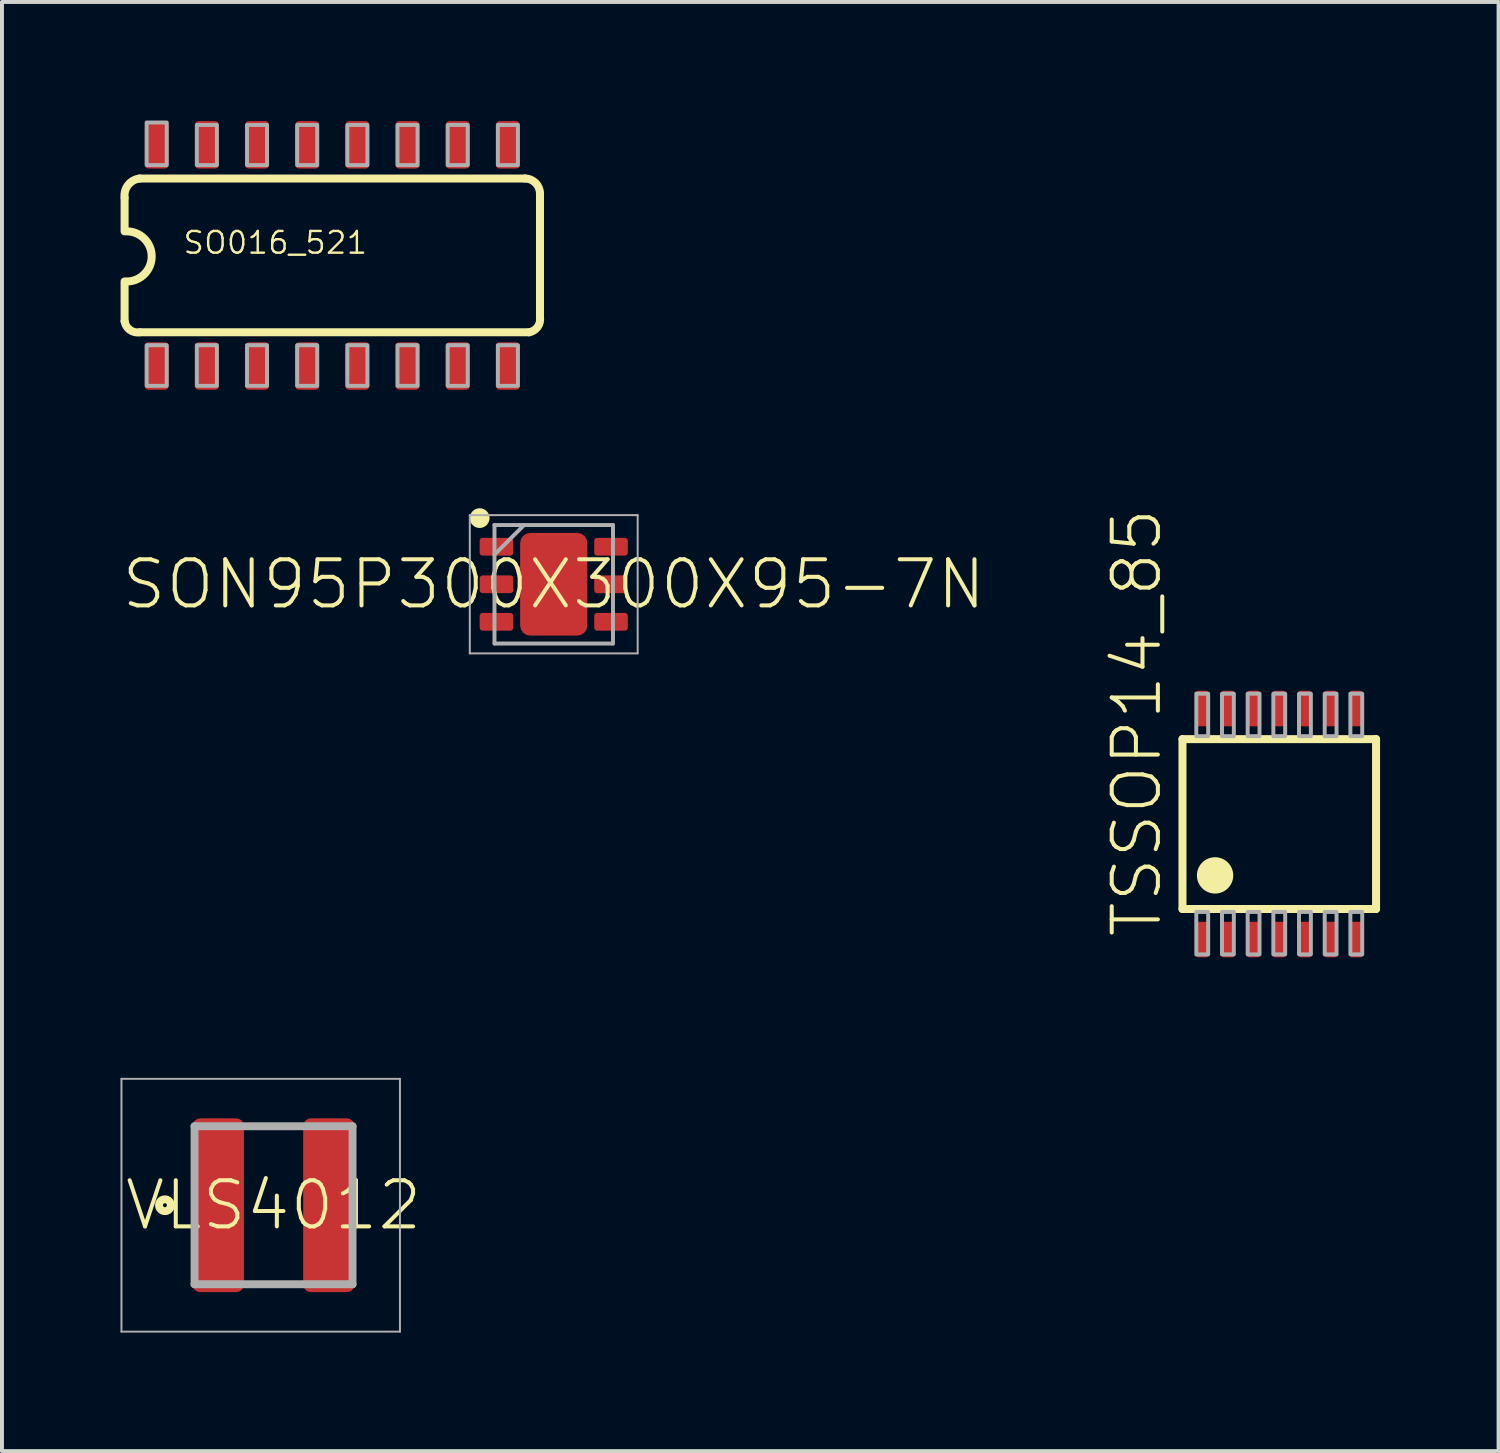
<source format=kicad_pcb>
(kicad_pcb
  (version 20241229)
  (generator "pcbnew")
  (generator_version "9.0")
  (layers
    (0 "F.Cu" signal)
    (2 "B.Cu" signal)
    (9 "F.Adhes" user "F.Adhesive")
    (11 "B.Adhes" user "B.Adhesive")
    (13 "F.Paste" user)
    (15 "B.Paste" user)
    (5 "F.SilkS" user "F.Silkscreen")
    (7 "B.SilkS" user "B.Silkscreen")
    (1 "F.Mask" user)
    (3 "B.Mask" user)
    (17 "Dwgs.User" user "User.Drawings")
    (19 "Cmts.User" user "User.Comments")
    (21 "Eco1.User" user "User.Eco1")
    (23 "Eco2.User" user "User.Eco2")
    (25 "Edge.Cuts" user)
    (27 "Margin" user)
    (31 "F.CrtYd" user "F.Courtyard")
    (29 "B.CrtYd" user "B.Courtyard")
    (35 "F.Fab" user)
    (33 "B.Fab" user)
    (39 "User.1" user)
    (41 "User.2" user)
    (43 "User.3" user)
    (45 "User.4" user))
  (footprint "SON95P300X300X95-7N"
    (layer "F.Cu")
    (at 10.968 11.741)
    (property "Reference" "SON95P300X300X95-7N" (at 0 0 0) (unlocked yes) (layer "F.SilkS") (effects (font (size 1.168 1.168) (thickness 0.102))))
    (fp_circle (center -1.875 -1.675) (end -1.75 -1.675) (stroke (width 0.25) (type solid)) (fill no) (layer "F.SilkS"))
    (fp_line (start -2.125 -1.75) (end 2.125 -1.75) (stroke (width 0.05) (type solid)) (layer "F.Fab"))
    (fp_line (start -2.125 1.75) (end -2.125 -1.75) (stroke (width 0.05) (type solid)) (layer "F.Fab"))
    (fp_line (start -1.5 -1.5) (end 1.5 -1.5) (stroke (width 0.1) (type solid)) (layer "F.Fab"))
    (fp_line (start -1.5 -0.75) (end -0.75 -1.5) (stroke (width 0.1) (type solid)) (layer "F.Fab"))
    (fp_line (start -1.5 1.5) (end -1.5 -1.5) (stroke (width 0.1) (type solid)) (layer "F.Fab"))
    (fp_line (start 1.5 -1.5) (end 1.5 1.5) (stroke (width 0.1) (type solid)) (layer "F.Fab"))
    (fp_line (start 1.5 1.5) (end -1.5 1.5) (stroke (width 0.1) (type solid)) (layer "F.Fab"))
    (fp_line (start 2.125 -1.75) (end 2.125 1.75) (stroke (width 0.05) (type solid)) (layer "F.Fab"))
    (fp_line (start 2.125 1.75) (end -2.125 1.75) (stroke (width 0.05) (type solid)) (layer "F.Fab"))
    (pad "1" smd roundrect (at -1.45 -0.95) (size 0.85 0.45) (layers "F.Cu" "F.Mask" "F.Paste") (roundrect_rratio 0.169))
    (pad "2" smd roundrect (at -1.45 0) (size 0.85 0.45) (layers "F.Cu" "F.Mask" "F.Paste") (roundrect_rratio 0.169))
    (pad "3" smd roundrect (at -1.45 0.95) (size 0.85 0.45) (layers "F.Cu" "F.Mask" "F.Paste") (roundrect_rratio 0.169))
    (pad "4" smd roundrect (at 1.45 0.95) (size 0.85 0.45) (layers "F.Cu" "F.Mask" "F.Paste") (roundrect_rratio 0.169))
    (pad "5" smd roundrect (at 1.45 0) (size 0.85 0.45) (layers "F.Cu" "F.Mask" "F.Paste") (roundrect_rratio 0.169))
    (pad "6" smd roundrect (at 1.45 -0.95) (size 0.85 0.45) (layers "F.Cu" "F.Mask" "F.Paste") (roundrect_rratio 0.169))
    (pad "7" smd roundrect (at 0 0 90) (size 2.6 1.7) (layers "F.Cu" "F.Mask" "F.Paste") (roundrect_rratio 0.15)))
  (footprint "VLS4012"
    (layer "F.Cu")
    (at 3.875 27.461)
    (property "Reference" "VLS4012" (at 0 0 0) (unlocked yes) (layer "F.SilkS") (effects (font (size 1.168 1.168) (thickness 0.102))))
    (fp_circle (center -2.75 0) (end -2.7 0) (stroke (width 0.2) (type solid)) (fill no) (layer "F.SilkS"))
    (fp_line (start -3.85 -3.2) (end 3.2 -3.2) (stroke (width 0.05) (type solid)) (layer "F.Fab"))
    (fp_line (start -3.85 3.2) (end -3.85 -3.2) (stroke (width 0.05) (type solid)) (layer "F.Fab"))
    (fp_line (start -2 -2) (end 2 -2) (stroke (width 0.2) (type solid)) (layer "F.Fab"))
    (fp_line (start -2 2) (end -2 -2) (stroke (width 0.2) (type solid)) (layer "F.Fab"))
    (fp_line (start 2 -2) (end 2 2) (stroke (width 0.2) (type solid)) (layer "F.Fab"))
    (fp_line (start 2 2) (end -2 2) (stroke (width 0.2) (type solid)) (layer "F.Fab"))
    (fp_line (start 3.2 -3.2) (end 3.2 3.2) (stroke (width 0.05) (type solid)) (layer "F.Fab"))
    (fp_line (start 3.2 3.2) (end -3.85 3.2) (stroke (width 0.05) (type solid)) (layer "F.Fab"))
    (pad "1" smd roundrect (at -1.4 0 90) (size 4.4 1.3) (layers "F.Cu" "F.Mask" "F.Paste") (roundrect_rratio 0.15))
    (pad "2" smd roundrect (at 1.4 0 90) (size 4.4 1.3) (layers "F.Cu" "F.Mask" "F.Paste") (roundrect_rratio 0.15)))
  (footprint "SO016_521"
    (layer "F.Cu")
    (at 5.362 3.416)
    (property "Reference" "SO016_521" (at -3.81 0 0) (unlocked yes) (layer "F.SilkS") (effects (font (size 0.549 0.549) (thickness 0.061)) (justify left bottom)))
    (fp_line (start -5.258 -1.453) (end -5.258 -0.61) (stroke (width 0.203) (type solid)) (layer "F.SilkS"))
    (fp_line (start -5.258 1.665) (end -5.258 0.66) (stroke (width 0.203) (type solid)) (layer "F.SilkS"))
    (fp_line (start -4.877 1.946) (end 4.977 1.946) (stroke (width 0.203) (type solid)) (layer "F.SilkS"))
    (fp_line (start 4.877 -1.946) (end -4.877 -1.946) (stroke (width 0.203) (type solid)) (layer "F.SilkS"))
    (fp_line (start 5.258 1.565) (end 5.258 -1.565) (stroke (width 0.203) (type solid)) (layer "F.SilkS"))
    (fp_arc (start -5.2578 -1.4653) (mid -5.166948 -1.784731) (end -4.8768 -1.9463) (stroke (width 0.2032) (type solid)) (layer "F.SilkS"))
    (fp_arc (start -5.207 -0.6096) (mid -4.572 0.0254) (end -5.207 0.6604) (stroke (width 0.2032) (type solid)) (layer "F.SilkS"))
    (fp_arc (start -4.876799 1.946301) (mid -5.12554 1.884767) (end -5.2578 1.6653) (stroke (width 0.2032) (type solid)) (layer "F.SilkS"))
    (fp_arc (start 4.8768 -1.9463) (mid 5.146237 -1.834736) (end 5.2578 -1.565298) (stroke (width 0.2032) (type solid)) (layer "F.SilkS"))
    (fp_arc (start 5.2578 1.5653) (mid 5.196208 1.813997) (end 4.9768 1.9463) (stroke (width 0.2032) (type solid)) (layer "F.SilkS"))
    (fp_poly (pts (xy -4.699 -2.286) (xy -4.191 -2.286) (xy -4.191 -3.365) (xy -4.699 -3.365)) (stroke (width 0.1) (type default)) (fill no) (layer "F.Fab"))
    (fp_poly (pts (xy -4.699 3.302) (xy -4.191 3.302) (xy -4.191 2.273) (xy -4.699 2.273)) (stroke (width 0.1) (type default)) (fill no) (layer "F.Fab"))
    (fp_poly (pts (xy -3.429 -2.286) (xy -2.921 -2.286) (xy -2.921 -3.302) (xy -3.429 -3.302)) (stroke (width 0.1) (type default)) (fill no) (layer "F.Fab"))
    (fp_poly (pts (xy -3.429 3.302) (xy -2.921 3.302) (xy -2.921 2.273) (xy -3.429 2.273)) (stroke (width 0.1) (type default)) (fill no) (layer "F.Fab"))
    (fp_poly (pts (xy -2.159 -2.286) (xy -1.651 -2.286) (xy -1.651 -3.302) (xy -2.159 -3.302)) (stroke (width 0.1) (type default)) (fill no) (layer "F.Fab"))
    (fp_poly (pts (xy -2.159 3.302) (xy -1.651 3.302) (xy -1.651 2.273) (xy -2.159 2.273)) (stroke (width 0.1) (type default)) (fill no) (layer "F.Fab"))
    (fp_poly (pts (xy -0.889 -2.286) (xy -0.381 -2.286) (xy -0.381 -3.302) (xy -0.889 -3.302)) (stroke (width 0.1) (type default)) (fill no) (layer "F.Fab"))
    (fp_poly (pts (xy -0.889 3.302) (xy -0.381 3.302) (xy -0.381 2.273) (xy -0.889 2.273)) (stroke (width 0.1) (type default)) (fill no) (layer "F.Fab"))
    (fp_poly (pts (xy 0.381 -2.286) (xy 0.889 -2.286) (xy 0.889 -3.302) (xy 0.381 -3.302)) (stroke (width 0.1) (type default)) (fill no) (layer "F.Fab"))
    (fp_poly (pts (xy 0.381 3.302) (xy 0.889 3.302) (xy 0.889 2.273) (xy 0.381 2.273)) (stroke (width 0.1) (type default)) (fill no) (layer "F.Fab"))
    (fp_poly (pts (xy 1.651 -2.286) (xy 2.159 -2.286) (xy 2.159 -3.302) (xy 1.651 -3.302)) (stroke (width 0.1) (type default)) (fill no) (layer "F.Fab"))
    (fp_poly (pts (xy 1.651 3.302) (xy 2.159 3.302) (xy 2.159 2.273) (xy 1.651 2.273)) (stroke (width 0.1) (type default)) (fill no) (layer "F.Fab"))
    (fp_poly (pts (xy 2.921 -2.286) (xy 3.429 -2.286) (xy 3.429 -3.302) (xy 2.921 -3.302)) (stroke (width 0.1) (type default)) (fill no) (layer "F.Fab"))
    (fp_poly (pts (xy 2.921 3.302) (xy 3.429 3.302) (xy 3.429 2.273) (xy 2.921 2.273)) (stroke (width 0.1) (type default)) (fill no) (layer "F.Fab"))
    (fp_poly (pts (xy 4.191 -2.286) (xy 4.699 -2.286) (xy 4.699 -3.302) (xy 4.191 -3.302)) (stroke (width 0.1) (type default)) (fill no) (layer "F.Fab"))
    (fp_poly (pts (xy 4.191 3.302) (xy 4.699 3.302) (xy 4.699 2.273) (xy 4.191 2.273)) (stroke (width 0.1) (type default)) (fill no) (layer "F.Fab"))
    (pad "1" smd roundrect (at -4.445 2.8) (size 0.6 1.2) (layers "F.Cu" "F.Mask" "F.Paste") (roundrect_rratio 0.15))
    (pad "2" smd roundrect (at -3.175 2.8) (size 0.6 1.2) (layers "F.Cu" "F.Mask" "F.Paste") (roundrect_rratio 0.15))
    (pad "3" smd roundrect (at -1.905 2.8) (size 0.6 1.2) (layers "F.Cu" "F.Mask" "F.Paste") (roundrect_rratio 0.15))
    (pad "4" smd roundrect (at -0.635 2.8) (size 0.6 1.2) (layers "F.Cu" "F.Mask" "F.Paste") (roundrect_rratio 0.15))
    (pad "5" smd roundrect (at 0.635 2.8) (size 0.6 1.2) (layers "F.Cu" "F.Mask" "F.Paste") (roundrect_rratio 0.15))
    (pad "6" smd roundrect (at 1.905 2.8) (size 0.6 1.2) (layers "F.Cu" "F.Mask" "F.Paste") (roundrect_rratio 0.15))
    (pad "7" smd roundrect (at 3.175 2.8) (size 0.6 1.2) (layers "F.Cu" "F.Mask" "F.Paste") (roundrect_rratio 0.15))
    (pad "8" smd roundrect (at 4.445 2.8) (size 0.6 1.2) (layers "F.Cu" "F.Mask" "F.Paste") (roundrect_rratio 0.15))
    (pad "9" smd roundrect (at 4.445 -2.8) (size 0.6 1.2) (layers "F.Cu" "F.Mask" "F.Paste") (roundrect_rratio 0.15))
    (pad "10" smd roundrect (at 3.175 -2.8) (size 0.6 1.2) (layers "F.Cu" "F.Mask" "F.Paste") (roundrect_rratio 0.15))
    (pad "11" smd roundrect (at 1.905 -2.8) (size 0.6 1.2) (layers "F.Cu" "F.Mask" "F.Paste") (roundrect_rratio 0.15))
    (pad "12" smd roundrect (at 0.635 -2.8) (size 0.6 1.2) (layers "F.Cu" "F.Mask" "F.Paste") (roundrect_rratio 0.15))
    (pad "13" smd roundrect (at -0.635 -2.8) (size 0.6 1.2) (layers "F.Cu" "F.Mask" "F.Paste") (roundrect_rratio 0.15))
    (pad "14" smd roundrect (at -1.905 -2.8) (size 0.6 1.2) (layers "F.Cu" "F.Mask" "F.Paste") (roundrect_rratio 0.15))
    (pad "15" smd roundrect (at -3.175 -2.8) (size 0.6 1.2) (layers "F.Cu" "F.Mask" "F.Paste") (roundrect_rratio 0.15))
    (pad "16" smd roundrect (at -4.445 -2.8) (size 0.6 1.2) (layers "F.Cu" "F.Mask" "F.Paste") (roundrect_rratio 0.15)))
  (footprint "TSSOP14_85"
    (layer "F.Cu")
    (at 29.335 17.811)
    (property "Reference" "TSSOP14_85" (at -2.925 2.925 90) (unlocked yes) (layer "F.SilkS") (effects (font (size 1.168 1.168) (thickness 0.102)) (justify left bottom)))
    (fp_poly (pts (xy -2.175 3.425) (xy -1.725 3.425) (xy -1.725 2.425) (xy -2.175 2.425)) (stroke (width 0) (type default)) (fill yes) (layer "F.Mask"))
    (fp_poly (pts (xy -1.725 -3.425) (xy -2.175 -3.425) (xy -2.175 -2.425) (xy -1.725 -2.425)) (stroke (width 0) (type default)) (fill yes) (layer "F.Mask"))
    (fp_poly (pts (xy -1.525 3.425) (xy -1.075 3.425) (xy -1.075 2.425) (xy -1.525 2.425)) (stroke (width 0) (type default)) (fill yes) (layer "F.Mask"))
    (fp_poly (pts (xy -1.075 -3.425) (xy -1.525 -3.425) (xy -1.525 -2.425) (xy -1.075 -2.425)) (stroke (width 0) (type default)) (fill yes) (layer "F.Mask"))
    (fp_poly (pts (xy -0.875 3.425) (xy -0.425 3.425) (xy -0.425 2.425) (xy -0.875 2.425)) (stroke (width 0) (type default)) (fill yes) (layer "F.Mask"))
    (fp_poly (pts (xy -0.425 -3.425) (xy -0.875 -3.425) (xy -0.875 -2.425) (xy -0.425 -2.425)) (stroke (width 0) (type default)) (fill yes) (layer "F.Mask"))
    (fp_poly (pts (xy -0.225 3.425) (xy 0.225 3.425) (xy 0.225 2.425) (xy -0.225 2.425)) (stroke (width 0) (type default)) (fill yes) (layer "F.Mask"))
    (fp_poly (pts (xy 0.225 -3.425) (xy -0.225 -3.425) (xy -0.225 -2.425) (xy 0.225 -2.425)) (stroke (width 0) (type default)) (fill yes) (layer "F.Mask"))
    (fp_poly (pts (xy 0.425 3.425) (xy 0.875 3.425) (xy 0.875 2.425) (xy 0.425 2.425)) (stroke (width 0) (type default)) (fill yes) (layer "F.Mask"))
    (fp_poly (pts (xy 0.875 -3.425) (xy 0.425 -3.425) (xy 0.425 -2.425) (xy 0.875 -2.425)) (stroke (width 0) (type default)) (fill yes) (layer "F.Mask"))
    (fp_poly (pts (xy 1.075 3.425) (xy 1.525 3.425) (xy 1.525 2.425) (xy 1.075 2.425)) (stroke (width 0) (type default)) (fill yes) (layer "F.Mask"))
    (fp_poly (pts (xy 1.525 -3.425) (xy 1.075 -3.425) (xy 1.075 -2.425) (xy 1.525 -2.425)) (stroke (width 0) (type default)) (fill yes) (layer "F.Mask"))
    (fp_poly (pts (xy 1.725 3.425) (xy 2.175 3.425) (xy 2.175 2.425) (xy 1.725 2.425)) (stroke (width 0) (type default)) (fill yes) (layer "F.Mask"))
    (fp_poly (pts (xy 2.175 -3.425) (xy 1.725 -3.425) (xy 1.725 -2.425) (xy 2.175 -2.425)) (stroke (width 0) (type default)) (fill yes) (layer "F.Mask"))
    (fp_line (start -2.45 -2.15) (end 2.45 -2.15) (stroke (width 0.203) (type solid)) (layer "F.SilkS"))
    (fp_line (start -2.45 2.15) (end -2.45 -2.15) (stroke (width 0.203) (type solid)) (layer "F.SilkS"))
    (fp_line (start 2.45 -2.15) (end 2.45 2.15) (stroke (width 0.203) (type solid)) (layer "F.SilkS"))
    (fp_line (start 2.45 2.15) (end -2.45 2.15) (stroke (width 0.203) (type solid)) (layer "F.SilkS"))
    (fp_circle (center -1.625 1.3) (end -1.395 1.3) (stroke (width 0.46) (type solid)) (fill yes) (layer "F.SilkS"))
    (fp_poly (pts (xy -2.1 3.3) (xy -1.8 3.3) (xy -1.8 2.225) (xy -2.1 2.225)) (stroke (width 0.1) (type default)) (fill no) (layer "F.Fab"))
    (fp_poly (pts (xy -1.8 -3.3) (xy -2.1 -3.3) (xy -2.1 -2.225) (xy -1.8 -2.225)) (stroke (width 0.1) (type default)) (fill no) (layer "F.Fab"))
    (fp_poly (pts (xy -1.45 3.3) (xy -1.15 3.3) (xy -1.15 2.225) (xy -1.45 2.225)) (stroke (width 0.1) (type default)) (fill no) (layer "F.Fab"))
    (fp_poly (pts (xy -1.15 -3.3) (xy -1.45 -3.3) (xy -1.45 -2.225) (xy -1.15 -2.225)) (stroke (width 0.1) (type default)) (fill no) (layer "F.Fab"))
    (fp_poly (pts (xy -0.8 3.3) (xy -0.5 3.3) (xy -0.5 2.225) (xy -0.8 2.225)) (stroke (width 0.1) (type default)) (fill no) (layer "F.Fab"))
    (fp_poly (pts (xy -0.5 -3.3) (xy -0.8 -3.3) (xy -0.8 -2.225) (xy -0.5 -2.225)) (stroke (width 0.1) (type default)) (fill no) (layer "F.Fab"))
    (fp_poly (pts (xy -0.15 3.3) (xy 0.15 3.3) (xy 0.15 2.225) (xy -0.15 2.225)) (stroke (width 0.1) (type default)) (fill no) (layer "F.Fab"))
    (fp_poly (pts (xy 0.15 -3.3) (xy -0.15 -3.3) (xy -0.15 -2.225) (xy 0.15 -2.225)) (stroke (width 0.1) (type default)) (fill no) (layer "F.Fab"))
    (fp_poly (pts (xy 0.5 3.3) (xy 0.8 3.3) (xy 0.8 2.225) (xy 0.5 2.225)) (stroke (width 0.1) (type default)) (fill no) (layer "F.Fab"))
    (fp_poly (pts (xy 0.8 -3.3) (xy 0.5 -3.3) (xy 0.5 -2.225) (xy 0.8 -2.225)) (stroke (width 0.1) (type default)) (fill no) (layer "F.Fab"))
    (fp_poly (pts (xy 1.15 3.3) (xy 1.45 3.3) (xy 1.45 2.225) (xy 1.15 2.225)) (stroke (width 0.1) (type default)) (fill no) (layer "F.Fab"))
    (fp_poly (pts (xy 1.45 -3.3) (xy 1.15 -3.3) (xy 1.15 -2.225) (xy 1.45 -2.225)) (stroke (width 0.1) (type default)) (fill no) (layer "F.Fab"))
    (fp_poly (pts (xy 1.8 3.3) (xy 2.1 3.3) (xy 2.1 2.225) (xy 1.8 2.225)) (stroke (width 0.1) (type default)) (fill no) (layer "F.Fab"))
    (fp_poly (pts (xy 2.1 -3.3) (xy 1.8 -3.3) (xy 1.8 -2.225) (xy 2.1 -2.225)) (stroke (width 0.1) (type default)) (fill no) (layer "F.Fab"))
    (pad "1" smd roundrect (at -1.95 2.925) (size 0.35 0.9) (layers "F.Cu" "F.Paste") (roundrect_rratio 0.218))
    (pad "2" smd roundrect (at -1.3 2.925) (size 0.35 0.9) (layers "F.Cu" "F.Paste") (roundrect_rratio 0.218))
    (pad "3" smd roundrect (at -0.65 2.925) (size 0.35 0.9) (layers "F.Cu" "F.Paste") (roundrect_rratio 0.218))
    (pad "4" smd roundrect (at 0 2.925) (size 0.35 0.9) (layers "F.Cu" "F.Paste") (roundrect_rratio 0.218))
    (pad "5" smd roundrect (at 0.65 2.925) (size 0.35 0.9) (layers "F.Cu" "F.Paste") (roundrect_rratio 0.218))
    (pad "6" smd roundrect (at 1.3 2.925) (size 0.35 0.9) (layers "F.Cu" "F.Paste") (roundrect_rratio 0.218))
    (pad "7" smd roundrect (at 1.95 2.925) (size 0.35 0.9) (layers "F.Cu" "F.Paste") (roundrect_rratio 0.218))
    (pad "8" smd roundrect (at 1.95 -2.925 180) (size 0.35 0.9) (layers "F.Cu" "F.Paste") (roundrect_rratio 0.218))
    (pad "9" smd roundrect (at 1.3 -2.925 180) (size 0.35 0.9) (layers "F.Cu" "F.Paste") (roundrect_rratio 0.218))
    (pad "10" smd roundrect (at 0.65 -2.925 180) (size 0.35 0.9) (layers "F.Cu" "F.Paste") (roundrect_rratio 0.218))
    (pad "11" smd roundrect (at 0 -2.925 180) (size 0.35 0.9) (layers "F.Cu" "F.Paste") (roundrect_rratio 0.218))
    (pad "12" smd roundrect (at -0.65 -2.925 180) (size 0.35 0.9) (layers "F.Cu" "F.Paste") (roundrect_rratio 0.218))
    (pad "13" smd roundrect (at -1.3 -2.925 180) (size 0.35 0.9) (layers "F.Cu" "F.Paste") (roundrect_rratio 0.218))
    (pad "14" smd roundrect (at -1.95 -2.925 180) (size 0.35 0.9) (layers "F.Cu" "F.Paste") (roundrect_rratio 0.218)))
  (gr_rect
    (start -3 -3)
    (end 34.887 33.686)
    (stroke (width 0.1) (type default))
    (fill no)
    (layer "Edge.Cuts")))
</source>
